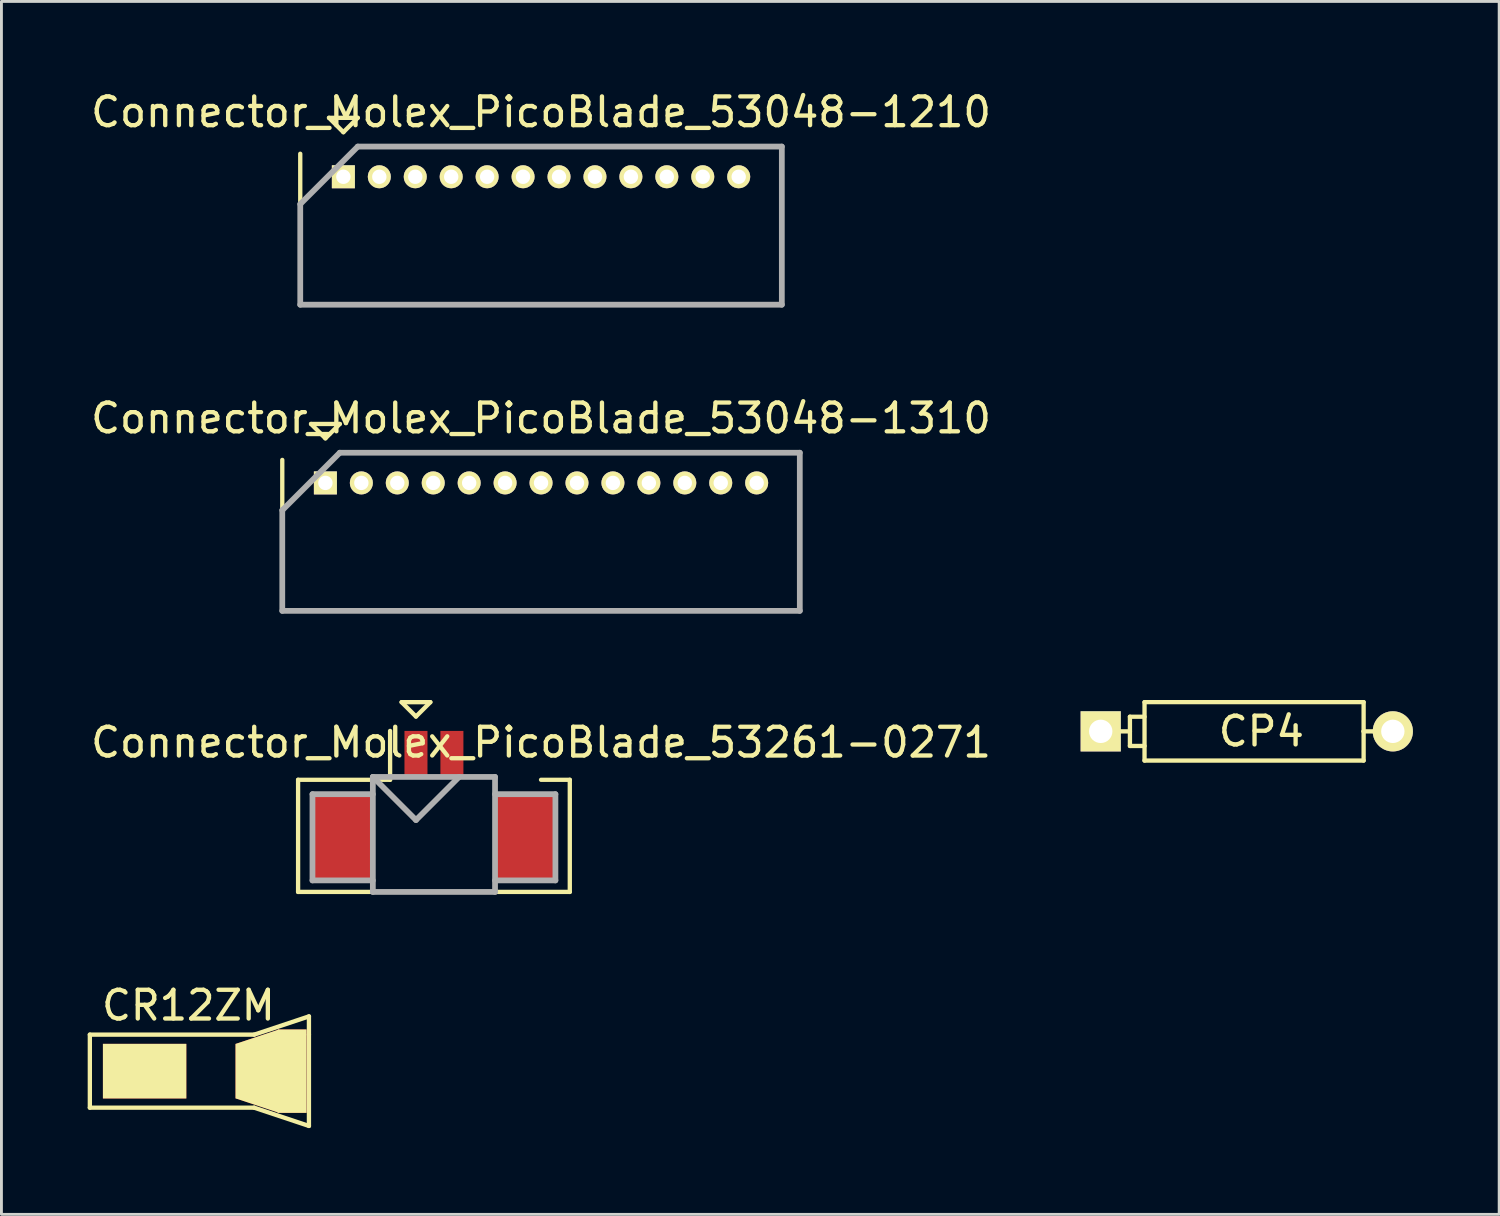
<source format=kicad_pcb>
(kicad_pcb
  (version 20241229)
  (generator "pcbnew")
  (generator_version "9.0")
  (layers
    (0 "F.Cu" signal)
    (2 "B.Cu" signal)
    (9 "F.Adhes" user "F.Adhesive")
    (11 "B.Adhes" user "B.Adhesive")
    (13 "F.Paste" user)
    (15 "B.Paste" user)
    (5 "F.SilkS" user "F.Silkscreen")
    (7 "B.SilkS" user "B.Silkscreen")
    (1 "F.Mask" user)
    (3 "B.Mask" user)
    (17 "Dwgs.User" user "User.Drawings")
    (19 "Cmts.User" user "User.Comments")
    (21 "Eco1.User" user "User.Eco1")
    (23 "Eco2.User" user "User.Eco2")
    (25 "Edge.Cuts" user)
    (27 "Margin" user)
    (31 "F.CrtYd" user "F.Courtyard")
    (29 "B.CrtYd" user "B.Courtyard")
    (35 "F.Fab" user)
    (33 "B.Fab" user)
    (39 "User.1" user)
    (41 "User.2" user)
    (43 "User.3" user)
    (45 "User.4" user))
  (footprint "Connector_Molex_PicoBlade_53261-0271"
    (layer "F.Cu")
    (at 12.043 26.072)
    (property "Reference" "Connector_Molex_PicoBlade_53261-0271" (at 3.725 -3.3 0) (layer "F.SilkS") (effects (font (size 1 1) (thickness 0.15))))
    (attr through_hole)
    (fp_line (start -4.725 -2) (end -4.725 1.9) (stroke (width 0.15) (type solid)) (layer "F.SilkS"))
    (fp_line (start -4.725 1.9) (end 4.725 1.9) (stroke (width 0.15) (type solid)) (layer "F.SilkS"))
    (fp_line (start -1.525 -3.7) (end -1.525 -2) (stroke (width 0.15) (type solid)) (layer "F.SilkS"))
    (fp_line (start -1.525 -2) (end -4.725 -2) (stroke (width 0.15) (type solid)) (layer "F.SilkS"))
    (fp_line (start -1.125 -4.7) (end -0.125 -4.7) (stroke (width 0.15) (type solid)) (layer "F.SilkS"))
    (fp_line (start -0.625 -4.2) (end -1.125 -4.7) (stroke (width 0.15) (type solid)) (layer "F.SilkS"))
    (fp_line (start -0.125 -4.7) (end -0.625 -4.2) (stroke (width 0.15) (type solid)) (layer "F.SilkS"))
    (fp_line (start 4.725 -2) (end 3.725 -2) (stroke (width 0.15) (type solid)) (layer "F.SilkS"))
    (fp_line (start 4.725 1.9) (end 4.725 -2) (stroke (width 0.15) (type solid)) (layer "F.SilkS"))
    (fp_line (start -4.225 -1.5) (end -4.225 1.5) (stroke (width 0.2) (type solid)) (layer "F.Fab"))
    (fp_line (start -4.225 1.5) (end -2.125 1.5) (stroke (width 0.2) (type solid)) (layer "F.Fab"))
    (fp_line (start -2.125 -2.1) (end -2.125 1.9) (stroke (width 0.2) (type solid)) (layer "F.Fab"))
    (fp_line (start -2.125 -2.1) (end -0.625 -0.6) (stroke (width 0.2) (type solid)) (layer "F.Fab"))
    (fp_line (start -2.125 -1.5) (end -4.225 -1.5) (stroke (width 0.2) (type solid)) (layer "F.Fab"))
    (fp_line (start -2.125 1.9) (end 2.125 1.9) (stroke (width 0.2) (type solid)) (layer "F.Fab"))
    (fp_line (start -0.625 -0.6) (end 0.875 -2.1) (stroke (width 0.2) (type solid)) (layer "F.Fab"))
    (fp_line (start 2.125 -2.1) (end -2.125 -2.1) (stroke (width 0.2) (type solid)) (layer "F.Fab"))
    (fp_line (start 2.125 -1.5) (end 4.225 -1.5) (stroke (width 0.2) (type solid)) (layer "F.Fab"))
    (fp_line (start 2.125 1.9) (end 2.125 -2.1) (stroke (width 0.2) (type solid)) (layer "F.Fab"))
    (fp_line (start 4.225 -1.5) (end 4.225 1.5) (stroke (width 0.2) (type solid)) (layer "F.Fab"))
    (fp_line (start 4.225 1.5) (end 2.125 1.5) (stroke (width 0.2) (type solid)) (layer "F.Fab"))
    (pad "" smd rect (at -3.175 0) (size 2.1 3) (layers "F.Cu" "F.Mask" "F.Paste"))
    (pad "" smd rect (at 3.175 0) (size 2.1 3) (layers "F.Cu" "F.Mask" "F.Paste"))
    (pad "1" smd rect (at -0.625 -2.9) (size 0.8 1.6) (layers "F.Cu" "F.Mask" "F.Paste"))
    (pad "2" smd rect (at 0.625 -2.9) (size 0.8 1.6) (layers "F.Cu" "F.Mask" "F.Paste")))
  (footprint "Connector_Molex_PicoBlade_53048-1210"
    (layer "F.Cu")
    (at 8.893 3.098)
    (property "Reference" "Connector_Molex_PicoBlade_53048-1210" (at 6.875 -2.25 0) (layer "F.SilkS") (effects (font (size 1 1) (thickness 0.15))))
    (attr through_hole)
    (fp_line (start -1.5 -0.8) (end -1.5 4.45) (stroke (width 0.15) (type solid)) (layer "F.SilkS"))
    (fp_line (start -1.5 4.45) (end 15.25 4.45) (stroke (width 0.15) (type solid)) (layer "F.SilkS"))
    (fp_line (start -0.5 -2.05) (end 0.5 -2.05) (stroke (width 0.15) (type solid)) (layer "F.SilkS"))
    (fp_line (start 0 -1.55) (end -0.5 -2.05) (stroke (width 0.15) (type solid)) (layer "F.SilkS"))
    (fp_line (start 0.5 -2.05) (end 0 -1.55) (stroke (width 0.15) (type solid)) (layer "F.SilkS"))
    (fp_line (start 15.25 4.45) (end 15.25 0.8) (stroke (width 0.15) (type solid)) (layer "F.SilkS"))
    (fp_line (start -1.5 0.95) (end -1.5 4.45) (stroke (width 0.2) (type solid)) (layer "F.Fab"))
    (fp_line (start -1.5 4.45) (end 15.25 4.45) (stroke (width 0.2) (type solid)) (layer "F.Fab"))
    (fp_line (start 0.5 -1.05) (end -1.5 0.95) (stroke (width 0.2) (type solid)) (layer "F.Fab"))
    (fp_line (start 15.25 -1.05) (end 0.5 -1.05) (stroke (width 0.2) (type solid)) (layer "F.Fab"))
    (fp_line (start 15.25 4.45) (end 15.25 -1.05) (stroke (width 0.2) (type solid)) (layer "F.Fab"))
    (pad "1" thru_hole rect (at 0 0) (size 0.8 0.8) (drill 0.5) (layers "*.Cu" "*.Mask" "F.SilkS"))
    (pad "2" thru_hole oval (at 1.25 0) (size 0.8 0.8) (drill 0.5) (layers "*.Cu" "*.Mask" "F.SilkS"))
    (pad "3" thru_hole oval (at 2.5 0) (size 0.8 0.8) (drill 0.5) (layers "*.Cu" "*.Mask" "F.SilkS"))
    (pad "4" thru_hole oval (at 3.75 0) (size 0.8 0.8) (drill 0.5) (layers "*.Cu" "*.Mask" "F.SilkS"))
    (pad "5" thru_hole oval (at 5 0) (size 0.8 0.8) (drill 0.5) (layers "*.Cu" "*.Mask" "F.SilkS"))
    (pad "6" thru_hole oval (at 6.25 0) (size 0.8 0.8) (drill 0.5) (layers "*.Cu" "*.Mask" "F.SilkS"))
    (pad "7" thru_hole oval (at 7.5 0) (size 0.8 0.8) (drill 0.5) (layers "*.Cu" "*.Mask" "F.SilkS"))
    (pad "8" thru_hole oval (at 8.75 0) (size 0.8 0.8) (drill 0.5) (layers "*.Cu" "*.Mask" "F.SilkS"))
    (pad "9" thru_hole oval (at 10 0) (size 0.8 0.8) (drill 0.5) (layers "*.Cu" "*.Mask" "F.SilkS"))
    (pad "10" thru_hole oval (at 11.25 0) (size 0.8 0.8) (drill 0.5) (layers "*.Cu" "*.Mask" "F.SilkS"))
    (pad "11" thru_hole oval (at 12.5 0) (size 0.8 0.8) (drill 0.5) (layers "*.Cu" "*.Mask" "F.SilkS"))
    (pad "12" thru_hole oval (at 13.75 0) (size 0.8 0.8) (drill 0.5) (layers "*.Cu" "*.Mask" "F.SilkS")))
  (footprint "Connector_Molex_PicoBlade_53048-1310"
    (layer "F.Cu")
    (at 8.268 13.746)
    (property "Reference" "Connector_Molex_PicoBlade_53048-1310" (at 7.5 -2.25 0) (layer "F.SilkS") (effects (font (size 1 1) (thickness 0.15))))
    (attr through_hole)
    (fp_line (start -1.5 -0.8) (end -1.5 4.45) (stroke (width 0.15) (type solid)) (layer "F.SilkS"))
    (fp_line (start -1.5 4.45) (end 16.5 4.45) (stroke (width 0.15) (type solid)) (layer "F.SilkS"))
    (fp_line (start -0.5 -2.05) (end 0.5 -2.05) (stroke (width 0.15) (type solid)) (layer "F.SilkS"))
    (fp_line (start 0 -1.55) (end -0.5 -2.05) (stroke (width 0.15) (type solid)) (layer "F.SilkS"))
    (fp_line (start 0.5 -2.05) (end 0 -1.55) (stroke (width 0.15) (type solid)) (layer "F.SilkS"))
    (fp_line (start 16.5 4.45) (end 16.5 0.8) (stroke (width 0.15) (type solid)) (layer "F.SilkS"))
    (fp_line (start -1.5 0.95) (end -1.5 4.45) (stroke (width 0.2) (type solid)) (layer "F.Fab"))
    (fp_line (start -1.5 4.45) (end 16.5 4.45) (stroke (width 0.2) (type solid)) (layer "F.Fab"))
    (fp_line (start 0.5 -1.05) (end -1.5 0.95) (stroke (width 0.2) (type solid)) (layer "F.Fab"))
    (fp_line (start 16.5 -1.05) (end 0.5 -1.05) (stroke (width 0.2) (type solid)) (layer "F.Fab"))
    (fp_line (start 16.5 4.45) (end 16.5 -1.05) (stroke (width 0.2) (type solid)) (layer "F.Fab"))
    (pad "1" thru_hole rect (at 0 0) (size 0.8 0.8) (drill 0.5) (layers "*.Cu" "*.Mask" "F.SilkS"))
    (pad "2" thru_hole oval (at 1.25 0) (size 0.8 0.8) (drill 0.5) (layers "*.Cu" "*.Mask" "F.SilkS"))
    (pad "3" thru_hole oval (at 2.5 0) (size 0.8 0.8) (drill 0.5) (layers "*.Cu" "*.Mask" "F.SilkS"))
    (pad "4" thru_hole oval (at 3.75 0) (size 0.8 0.8) (drill 0.5) (layers "*.Cu" "*.Mask" "F.SilkS"))
    (pad "5" thru_hole oval (at 5 0) (size 0.8 0.8) (drill 0.5) (layers "*.Cu" "*.Mask" "F.SilkS"))
    (pad "6" thru_hole oval (at 6.25 0) (size 0.8 0.8) (drill 0.5) (layers "*.Cu" "*.Mask" "F.SilkS"))
    (pad "7" thru_hole oval (at 7.5 0) (size 0.8 0.8) (drill 0.5) (layers "*.Cu" "*.Mask" "F.SilkS"))
    (pad "8" thru_hole oval (at 8.75 0) (size 0.8 0.8) (drill 0.5) (layers "*.Cu" "*.Mask" "F.SilkS"))
    (pad "9" thru_hole oval (at 10 0) (size 0.8 0.8) (drill 0.5) (layers "*.Cu" "*.Mask" "F.SilkS"))
    (pad "10" thru_hole oval (at 11.25 0) (size 0.8 0.8) (drill 0.5) (layers "*.Cu" "*.Mask" "F.SilkS"))
    (pad "11" thru_hole oval (at 12.5 0) (size 0.8 0.8) (drill 0.5) (layers "*.Cu" "*.Mask" "F.SilkS"))
    (pad "12" thru_hole oval (at 13.75 0) (size 0.8 0.8) (drill 0.5) (layers "*.Cu" "*.Mask" "F.SilkS"))
    (pad "13" thru_hole oval (at 15 0) (size 0.8 0.8) (drill 0.5) (layers "*.Cu" "*.Mask" "F.SilkS")))
  (footprint "CR12ZM"
    (layer "F.Cu")
    (at 4.52 34.206)
    (property "Reference" "CR12ZM" (at -1.016 -2.286 0) (layer "F.SilkS") (effects (font (size 1 1) (thickness 0.15))))
    (attr through_hole)
    (fp_line (start -4.445 -1.27) (end -4.445 1.27) (stroke (width 0.15) (type solid)) (layer "F.SilkS"))
    (fp_line (start -4.445 -1.27) (end 1.27 -1.27) (stroke (width 0.15) (type solid)) (layer "F.SilkS"))
    (fp_line (start -4.445 1.27) (end 1.27 1.27) (stroke (width 0.15) (type solid)) (layer "F.SilkS"))
    (fp_line (start 1.27 -1.27) (end 3.175 -1.905) (stroke (width 0.15) (type solid)) (layer "F.SilkS"))
    (fp_line (start 1.27 1.27) (end 3.175 1.905) (stroke (width 0.15) (type solid)) (layer "F.SilkS"))
    (fp_line (start 3.175 -1.905) (end 3.175 -1.27) (stroke (width 0.15) (type solid)) (layer "F.SilkS"))
    (fp_line (start 3.175 1.905) (end 3.175 -1.27) (stroke (width 0.15) (type solid)) (layer "F.SilkS"))
    (pad "1" smd rect (at -2.54 0) (size 2.901 1.9) (layers "F.Cu" "F.Mask" "F.SilkS" "F.Paste"))
    (pad "2" smd trapezoid (at 1.372 0) (size 1.501 2.393) (rect_delta -0.5 0) (layers "F.Cu" "F.Mask" "F.SilkS" "F.Paste"))
    (pad "2" smd rect (at 2.591 0) (size 1.001 2.901) (layers "F.Cu" "F.Mask" "F.SilkS" "F.Paste"))
    (pad "2" thru_hole circle (at 2.616 -0.711) (size 0.8 0.8) (drill 0.000001) (layers "*.Cu" "*.Mask"))
    (pad "2" thru_hole circle (at 2.616 0.686) (size 0.8 0.8) (drill 0.000001) (layers "*.Cu" "*.Mask")))
  (footprint "CP4"
    (layer "F.Cu")
    (at 40.314 22.387)
    (property "Reference" "CP4" (at 0.508 0 0) (layer "F.SilkS") (effects (font (size 1 1) (thickness 0.15))))
    (attr through_hole)
    (fp_line (start -5.08 0) (end -4.064 0) (stroke (width 0.15) (type solid)) (layer "F.SilkS"))
    (fp_line (start -4.064 -0.508) (end -3.556 -0.508) (stroke (width 0.15) (type solid)) (layer "F.SilkS"))
    (fp_line (start -4.064 0.508) (end -4.064 -0.508) (stroke (width 0.15) (type solid)) (layer "F.SilkS"))
    (fp_line (start -3.556 -1.016) (end 4.064 -1.016) (stroke (width 0.15) (type solid)) (layer "F.SilkS"))
    (fp_line (start -3.556 0.508) (end -4.064 0.508) (stroke (width 0.15) (type solid)) (layer "F.SilkS"))
    (fp_line (start -3.556 1.016) (end -3.556 -1.016) (stroke (width 0.15) (type solid)) (layer "F.SilkS"))
    (fp_line (start 4.064 -1.016) (end 4.064 0) (stroke (width 0.15) (type solid)) (layer "F.SilkS"))
    (fp_line (start 4.064 0) (end 4.064 1.016) (stroke (width 0.15) (type solid)) (layer "F.SilkS"))
    (fp_line (start 4.064 1.016) (end -3.556 1.016) (stroke (width 0.15) (type solid)) (layer "F.SilkS"))
    (fp_line (start 5.08 0) (end 4.064 0) (stroke (width 0.15) (type solid)) (layer "F.SilkS"))
    (pad "1" thru_hole rect (at -5.08 0) (size 1.397 1.397) (drill 0.813) (layers "*.Cu" "*.Mask" "F.SilkS"))
    (pad "2" thru_hole circle (at 5.08 0) (size 1.397 1.397) (drill 0.813) (layers "*.Cu" "*.Mask" "F.SilkS")))
  (gr_rect
    (start -3 -3)
    (end 49.093 39.186)
    (stroke (width 0.1) (type default))
    (fill no)
    (layer "Edge.Cuts")))
</source>
